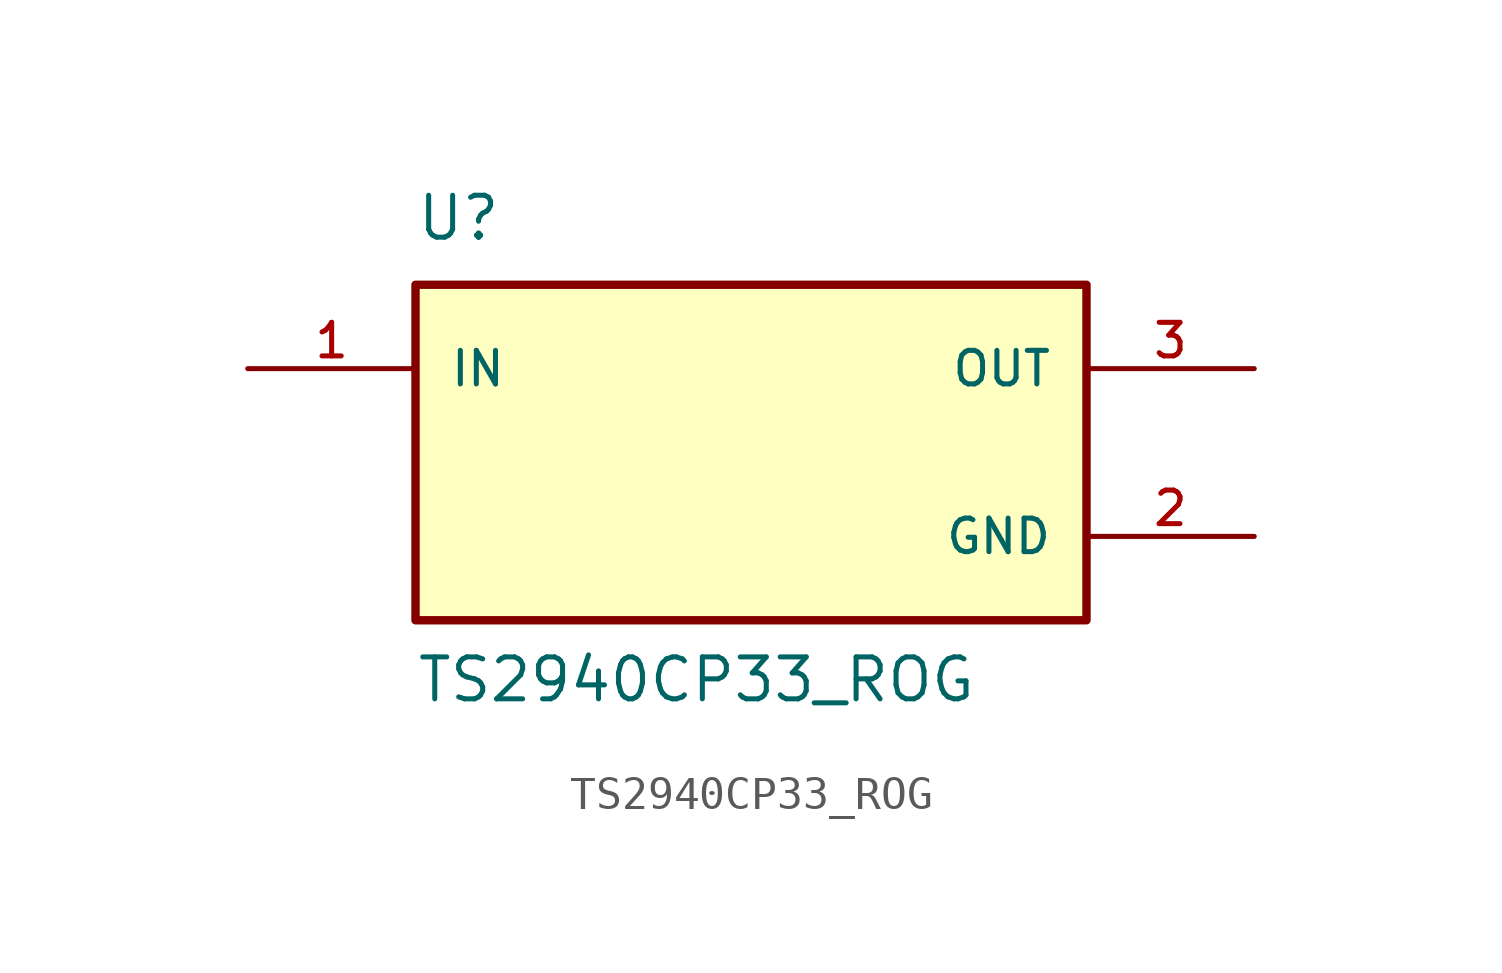
<source format=kicad_sym>
(kicad_symbol_lib
  (version 20211014)
  (generator kicad_symbol_editor)
  (symbol "TS2940CP33_ROG"
    (pin_names
      (offset 1.016))
    (property "Reference" "U"
      (at -10.164 6.358 0)
      (effects (font (size 1.27 1.27)) (justify bottom left)))
    (property "Value" "TS2940CP33_ROG"
      (at -10.161 -7.623 0)
      (effects (font (size 1.27 1.27)) (justify bottom left)))
    (symbol "TS2940CP33_ROG_0_0"
      (rectangle (start -10.16 -5.08) (end 10.16 5.08) (stroke (width 0.254)) (fill (type background)))
      (pin input line (at -15.24 2.54 0) (length 5.08) (name "IN" (effects (font (size 1.016 1.016)))) (number "1" (effects (font (size 1.016 1.016)))))
      (pin output line (at 15.24 2.54 180.0) (length 5.08) (name "OUT" (effects (font (size 1.016 1.016)))) (number "3" (effects (font (size 1.016 1.016)))))
      (pin power_in line (at 15.24 -2.54 180.0) (length 5.08) (name "GND" (effects (font (size 1.016 1.016)))) (number "2" (effects (font (size 1.016 1.016))))))))
</source>
